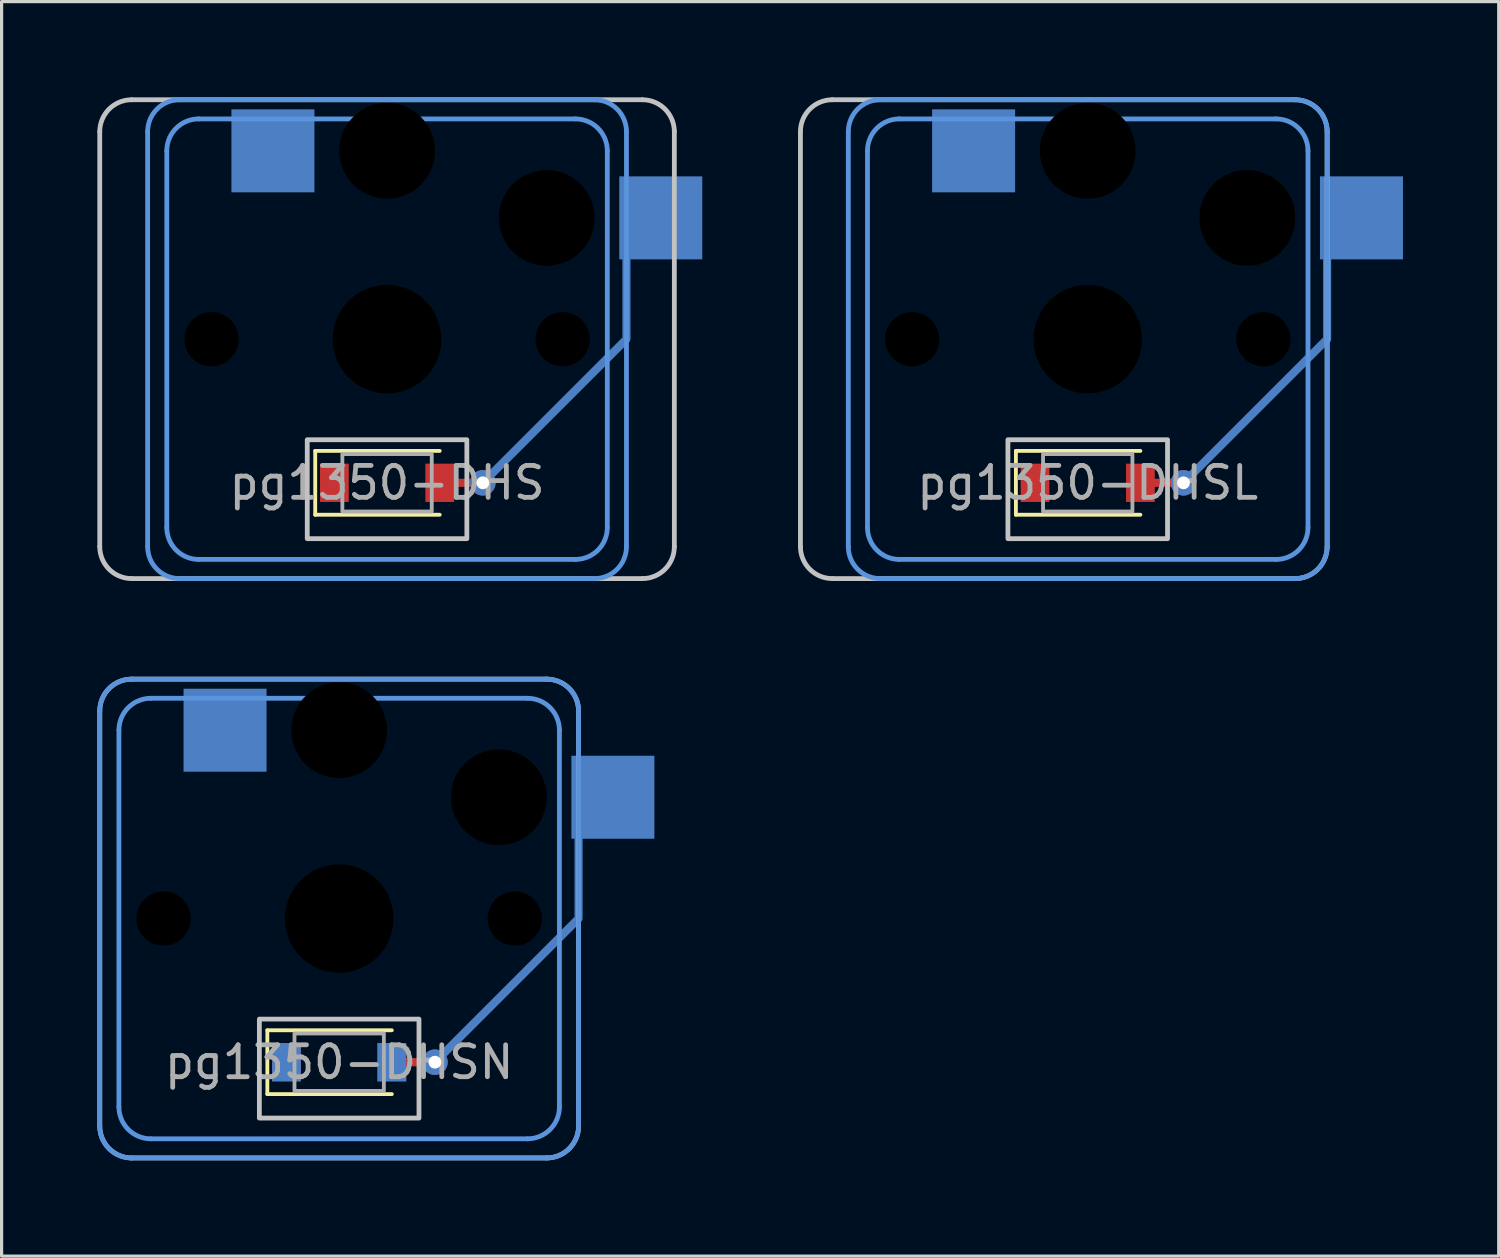
<source format=kicad_pcb>
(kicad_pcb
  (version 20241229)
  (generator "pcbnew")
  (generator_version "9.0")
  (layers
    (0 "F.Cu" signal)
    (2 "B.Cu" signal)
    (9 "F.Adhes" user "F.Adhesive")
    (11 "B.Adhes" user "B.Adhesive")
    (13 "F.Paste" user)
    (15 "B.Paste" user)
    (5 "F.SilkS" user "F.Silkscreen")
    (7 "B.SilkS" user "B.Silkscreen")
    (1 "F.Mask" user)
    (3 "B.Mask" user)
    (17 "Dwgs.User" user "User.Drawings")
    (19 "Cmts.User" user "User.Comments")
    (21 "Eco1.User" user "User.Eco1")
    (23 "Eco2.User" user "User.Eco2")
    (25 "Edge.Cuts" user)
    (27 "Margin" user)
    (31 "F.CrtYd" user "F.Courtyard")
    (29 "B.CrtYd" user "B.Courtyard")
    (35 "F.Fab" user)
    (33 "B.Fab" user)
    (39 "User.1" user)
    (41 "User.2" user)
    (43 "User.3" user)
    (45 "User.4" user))
  (footprint "pg1350-DHSL"
    (layer "F.Cu")
    (at 31.025 12.075)
    (property "Reference" "pg1350-DHSL" (at 0 0 0) (layer "F.Fab") (effects (font (size 1 1) (thickness 0.15))))
    (attr smd)
    (fp_line (start -2.25 -1) (end -2.25 1) (stroke (width 0.12) (type solid)) (layer "F.SilkS"))
    (fp_line (start -2.25 1) (end 1.65 1) (stroke (width 0.12) (type solid)) (layer "F.SilkS"))
    (fp_line (start 1.65 -1) (end -2.25 -1) (stroke (width 0.12) (type solid)) (layer "F.SilkS"))
    (fp_line (start -9 2) (end -9 -11) (stroke (width 0.15) (type solid)) (layer "Dwgs.User"))
    (fp_line (start -8 -12) (end 6.5 -12) (stroke (width 0.15) (type solid)) (layer "Dwgs.User"))
    (fp_line (start 6.5 3) (end -8 3) (stroke (width 0.15) (type solid)) (layer "Dwgs.User"))
    (fp_line (start 7.5 -11) (end 7.5 2) (stroke (width 0.15) (type solid)) (layer "Dwgs.User"))
    (fp_rect (start 2.5 1.75) (end -2.5 -1.35) (stroke (width 0.15) (type solid)) (fill no) (layer "Dwgs.User"))
    (fp_arc (start -9 -11) (mid -8.707107 -11.707107) (end -8 -12) (stroke (width 0.15) (type solid)) (layer "Dwgs.User"))
    (fp_arc (start -8 3) (mid -8.707107 2.707107) (end -9 2) (stroke (width 0.15) (type solid)) (layer "Dwgs.User"))
    (fp_arc (start 6.5 -12) (mid 7.207107 -11.707107) (end 7.5 -11) (stroke (width 0.15) (type solid)) (layer "Dwgs.User"))
    (fp_arc (start 7.5 2) (mid 7.207107 2.707107) (end 6.5 3) (stroke (width 0.15) (type solid)) (layer "Dwgs.User"))
    (fp_line (start -7.5 2) (end -7.5 -11) (stroke (width 0.15) (type solid)) (layer "Cmts.User"))
    (fp_line (start -6.9 1.4) (end -6.9 -10.4) (stroke (width 0.15) (type solid)) (layer "Cmts.User"))
    (fp_line (start -6.5 -12) (end 6.5 -12) (stroke (width 0.15) (type solid)) (layer "Cmts.User"))
    (fp_line (start -5.9 -11.4) (end 5.9 -11.4) (stroke (width 0.15) (type solid)) (layer "Cmts.User"))
    (fp_line (start 5.9 2.4) (end -5.9 2.4) (stroke (width 0.15) (type solid)) (layer "Cmts.User"))
    (fp_line (start 6.5 3) (end -6.5 3) (stroke (width 0.15) (type solid)) (layer "Cmts.User"))
    (fp_line (start 6.9 -10.4) (end 6.9 1.4) (stroke (width 0.15) (type solid)) (layer "Cmts.User"))
    (fp_line (start 7.5 -11) (end 7.5 2) (stroke (width 0.15) (type solid)) (layer "Cmts.User"))
    (fp_arc (start -7.5 -11) (mid -7.207107 -11.707107) (end -6.5 -12) (stroke (width 0.15) (type solid)) (layer "Cmts.User"))
    (fp_arc (start -6.9 -10.4) (mid -6.607107 -11.107107) (end -5.9 -11.4) (stroke (width 0.15) (type solid)) (layer "Cmts.User"))
    (fp_arc (start -6.5 3) (mid -7.207107 2.707107) (end -7.5 2) (stroke (width 0.15) (type solid)) (layer "Cmts.User"))
    (fp_arc (start -5.9 2.4) (mid -6.607107 2.107107) (end -6.9 1.4) (stroke (width 0.15) (type solid)) (layer "Cmts.User"))
    (fp_arc (start 5.9 -11.4) (mid 6.607107 -11.107107) (end 6.9 -10.4) (stroke (width 0.15) (type solid)) (layer "Cmts.User"))
    (fp_arc (start 6.5 -12) (mid 7.207107 -11.707107) (end 7.5 -11) (stroke (width 0.15) (type solid)) (layer "Cmts.User"))
    (fp_arc (start 6.9 1.4) (mid 6.607107 2.107107) (end 5.9 2.4) (stroke (width 0.15) (type solid)) (layer "Cmts.User"))
    (fp_arc (start 7.5 2) (mid 7.207107 2.707107) (end 6.5 3) (stroke (width 0.15) (type solid)) (layer "Cmts.User"))
    (fp_rect (start 1.4 0.9) (end -1.4 -0.9) (stroke (width 0.12) (type solid)) (fill no) (layer "F.Fab"))
    (pad "" np_thru_hole circle (at -5.5 -4.5) (size 1.7 1.7) (drill 1.7) (layers "*.Mask"))
    (pad "" np_thru_hole circle (at 0 -10.4) (size 3 3) (drill 3) (layers "*.Mask"))
    (pad "" np_thru_hole circle (at 0 -4.5) (size 3.4 3.4) (drill 3.4) (layers "*.Mask"))
    (pad "" np_thru_hole circle (at 5 -8.3) (size 3 3) (drill 3) (layers "*.Mask"))
    (pad "" np_thru_hole circle (at 5.5 -4.5) (size 1.7 1.7) (drill 1.7) (layers "*.Mask"))
    (pad "1" smd rect (at -3.575 -10.4) (size 2.6 2.6) (layers "B.Cu" "B.Mask"))
    (pad "2" smd rect (at -1.65 0) (size 0.9 1.2) (layers "F.Cu" "F.Mask" "F.Paste"))
    (pad "3" smd rect (at 1.65 0) (size 0.9 1.2) (layers "F.Cu" "F.Mask" "F.Paste"))
    (pad "3" smd oval (at 2.325 0) (size 1.604 0.254) (layers "F.Cu"))
    (pad "3" smd custom (at 3 0) (size 0.254 0.254) (layers "B.Cu") (options (anchor circle)) (primitives (gr_line (start 0 0) (end 4.5 -4.5) (width 0.254)) (gr_line (start 4.5 -4.5) (end 4.5 -8.3) (width 0.254))))
    (pad "3" thru_hole circle (at 3 0) (size 0.8 0.8) (drill 0.4) (layers "*.Cu"))
    (pad "3" smd rect (at 8.575 -8.3) (size 2.6 2.6) (layers "B.Cu" "B.Mask")))
  (footprint "pg1350-DHS"
    (layer "F.Cu")
    (at 9.075 12.075)
    (property "Reference" "pg1350-DHS" (at 0 0 0) (layer "F.Fab") (effects (font (size 1 1) (thickness 0.15))))
    (attr smd)
    (fp_line (start -2.25 -1) (end -2.25 1) (stroke (width 0.12) (type solid)) (layer "F.SilkS"))
    (fp_line (start -2.25 1) (end 1.65 1) (stroke (width 0.12) (type solid)) (layer "F.SilkS"))
    (fp_line (start 1.65 -1) (end -2.25 -1) (stroke (width 0.12) (type solid)) (layer "F.SilkS"))
    (fp_line (start -9 2) (end -9 -11) (stroke (width 0.15) (type solid)) (layer "Dwgs.User"))
    (fp_line (start -8 -12) (end 8 -12) (stroke (width 0.15) (type solid)) (layer "Dwgs.User"))
    (fp_line (start 8 3) (end -8 3) (stroke (width 0.15) (type solid)) (layer "Dwgs.User"))
    (fp_line (start 9 -11) (end 9 2) (stroke (width 0.15) (type solid)) (layer "Dwgs.User"))
    (fp_rect (start 2.5 1.75) (end -2.5 -1.35) (stroke (width 0.15) (type solid)) (fill no) (layer "Dwgs.User"))
    (fp_arc (start -9 -11) (mid -8.707107 -11.707107) (end -8 -12) (stroke (width 0.15) (type solid)) (layer "Dwgs.User"))
    (fp_arc (start -8 3) (mid -8.707107 2.707107) (end -9 2) (stroke (width 0.15) (type solid)) (layer "Dwgs.User"))
    (fp_arc (start 8 -12) (mid 8.707107 -11.707107) (end 9 -11) (stroke (width 0.15) (type solid)) (layer "Dwgs.User"))
    (fp_arc (start 9 2) (mid 8.707107 2.707107) (end 8 3) (stroke (width 0.15) (type solid)) (layer "Dwgs.User"))
    (fp_line (start -7.5 2) (end -7.5 -11) (stroke (width 0.15) (type solid)) (layer "Cmts.User"))
    (fp_line (start -6.9 1.4) (end -6.9 -10.4) (stroke (width 0.15) (type solid)) (layer "Cmts.User"))
    (fp_line (start -6.5 -12) (end 6.5 -12) (stroke (width 0.15) (type solid)) (layer "Cmts.User"))
    (fp_line (start -5.9 -11.4) (end 5.9 -11.4) (stroke (width 0.15) (type solid)) (layer "Cmts.User"))
    (fp_line (start 5.9 2.4) (end -5.9 2.4) (stroke (width 0.15) (type solid)) (layer "Cmts.User"))
    (fp_line (start 6.5 3) (end -6.5 3) (stroke (width 0.15) (type solid)) (layer "Cmts.User"))
    (fp_line (start 6.9 -10.4) (end 6.9 1.4) (stroke (width 0.15) (type solid)) (layer "Cmts.User"))
    (fp_line (start 7.5 -11) (end 7.5 2) (stroke (width 0.15) (type solid)) (layer "Cmts.User"))
    (fp_arc (start -7.5 -11) (mid -7.207107 -11.707107) (end -6.5 -12) (stroke (width 0.15) (type solid)) (layer "Cmts.User"))
    (fp_arc (start -6.9 -10.4) (mid -6.607107 -11.107107) (end -5.9 -11.4) (stroke (width 0.15) (type solid)) (layer "Cmts.User"))
    (fp_arc (start -6.5 3) (mid -7.207107 2.707107) (end -7.5 2) (stroke (width 0.15) (type solid)) (layer "Cmts.User"))
    (fp_arc (start -5.9 2.4) (mid -6.607107 2.107107) (end -6.9 1.4) (stroke (width 0.15) (type solid)) (layer "Cmts.User"))
    (fp_arc (start 5.9 -11.4) (mid 6.607107 -11.107107) (end 6.9 -10.4) (stroke (width 0.15) (type solid)) (layer "Cmts.User"))
    (fp_arc (start 6.5 -12) (mid 7.207107 -11.707107) (end 7.5 -11) (stroke (width 0.15) (type solid)) (layer "Cmts.User"))
    (fp_arc (start 6.9 1.4) (mid 6.607107 2.107107) (end 5.9 2.4) (stroke (width 0.15) (type solid)) (layer "Cmts.User"))
    (fp_arc (start 7.5 2) (mid 7.207107 2.707107) (end 6.5 3) (stroke (width 0.15) (type solid)) (layer "Cmts.User"))
    (fp_rect (start 1.4 0.9) (end -1.4 -0.9) (stroke (width 0.12) (type solid)) (fill no) (layer "F.Fab"))
    (pad "" np_thru_hole circle (at -5.5 -4.5) (size 1.7 1.7) (drill 1.7) (layers "*.Mask"))
    (pad "" np_thru_hole circle (at 0 -10.4) (size 3 3) (drill 3) (layers "*.Mask"))
    (pad "" np_thru_hole circle (at 0 -4.5) (size 3.4 3.4) (drill 3.4) (layers "*.Mask"))
    (pad "" np_thru_hole circle (at 5 -8.3) (size 3 3) (drill 3) (layers "*.Mask"))
    (pad "" np_thru_hole circle (at 5.5 -4.5) (size 1.7 1.7) (drill 1.7) (layers "*.Mask"))
    (pad "1" smd rect (at -3.575 -10.4) (size 2.6 2.6) (layers "B.Cu" "B.Mask"))
    (pad "2" smd rect (at -1.65 0) (size 0.9 1.2) (layers "F.Cu" "F.Mask" "F.Paste"))
    (pad "3" smd rect (at 1.65 0) (size 0.9 1.2) (layers "F.Cu" "F.Mask" "F.Paste"))
    (pad "3" smd oval (at 2.325 0) (size 1.604 0.254) (layers "F.Cu"))
    (pad "3" smd custom (at 3 0) (size 0.254 0.254) (layers "B.Cu") (options (anchor circle)) (primitives (gr_line (start 0 0) (end 4.5 -4.5) (width 0.254)) (gr_line (start 4.5 -4.5) (end 4.5 -8.3) (width 0.254))))
    (pad "3" thru_hole circle (at 3 0) (size 0.8 0.8) (drill 0.4) (layers "*.Cu"))
    (pad "3" smd rect (at 8.575 -8.3) (size 2.6 2.6) (layers "B.Cu" "B.Mask")))
  (footprint "pg1350-DHSN"
    (layer "F.Cu")
    (at 7.575 30.225)
    (property "Reference" "pg1350-DHSN" (at 0 0 0) (layer "F.Fab") (effects (font (size 1 1) (thickness 0.15))))
    (attr smd)
    (fp_line (start -2.25 -1) (end -2.25 1) (stroke (width 0.12) (type solid)) (layer "F.SilkS"))
    (fp_line (start -2.25 1) (end 1.65 1) (stroke (width 0.12) (type solid)) (layer "F.SilkS"))
    (fp_line (start 1.65 -1) (end -2.25 -1) (stroke (width 0.12) (type solid)) (layer "F.SilkS"))
    (fp_line (start -7.5 2) (end -7.5 -11) (stroke (width 0.15) (type solid)) (layer "Dwgs.User"))
    (fp_line (start -6.5 -12) (end 6.5 -12) (stroke (width 0.15) (type solid)) (layer "Dwgs.User"))
    (fp_line (start 6.5 3) (end -6.5 3) (stroke (width 0.15) (type solid)) (layer "Dwgs.User"))
    (fp_line (start 7.5 -11) (end 7.5 2) (stroke (width 0.15) (type solid)) (layer "Dwgs.User"))
    (fp_rect (start 2.5 1.75) (end -2.5 -1.35) (stroke (width 0.15) (type solid)) (fill no) (layer "Dwgs.User"))
    (fp_arc (start -7.5 -11) (mid -7.207107 -11.707107) (end -6.5 -12) (stroke (width 0.15) (type solid)) (layer "Dwgs.User"))
    (fp_arc (start -6.5 3) (mid -7.207107 2.707107) (end -7.5 2) (stroke (width 0.15) (type solid)) (layer "Dwgs.User"))
    (fp_arc (start 6.5 -12) (mid 7.207107 -11.707107) (end 7.5 -11) (stroke (width 0.15) (type solid)) (layer "Dwgs.User"))
    (fp_arc (start 7.5 2) (mid 7.207107 2.707107) (end 6.5 3) (stroke (width 0.15) (type solid)) (layer "Dwgs.User"))
    (fp_line (start -7.5 2) (end -7.5 -11) (stroke (width 0.15) (type solid)) (layer "Cmts.User"))
    (fp_line (start -6.9 1.4) (end -6.9 -10.4) (stroke (width 0.15) (type solid)) (layer "Cmts.User"))
    (fp_line (start -6.5 -12) (end 6.5 -12) (stroke (width 0.15) (type solid)) (layer "Cmts.User"))
    (fp_line (start -5.9 -11.4) (end 5.9 -11.4) (stroke (width 0.15) (type solid)) (layer "Cmts.User"))
    (fp_line (start 5.9 2.4) (end -5.9 2.4) (stroke (width 0.15) (type solid)) (layer "Cmts.User"))
    (fp_line (start 6.5 3) (end -6.5 3) (stroke (width 0.15) (type solid)) (layer "Cmts.User"))
    (fp_line (start 6.9 -10.4) (end 6.9 1.4) (stroke (width 0.15) (type solid)) (layer "Cmts.User"))
    (fp_line (start 7.5 -11) (end 7.5 2) (stroke (width 0.15) (type solid)) (layer "Cmts.User"))
    (fp_arc (start -7.5 -11) (mid -7.207107 -11.707107) (end -6.5 -12) (stroke (width 0.15) (type solid)) (layer "Cmts.User"))
    (fp_arc (start -6.9 -10.4) (mid -6.607107 -11.107107) (end -5.9 -11.4) (stroke (width 0.15) (type solid)) (layer "Cmts.User"))
    (fp_arc (start -6.5 3) (mid -7.207107 2.707107) (end -7.5 2) (stroke (width 0.15) (type solid)) (layer "Cmts.User"))
    (fp_arc (start -5.9 2.4) (mid -6.607107 2.107107) (end -6.9 1.4) (stroke (width 0.15) (type solid)) (layer "Cmts.User"))
    (fp_arc (start 5.9 -11.4) (mid 6.607107 -11.107107) (end 6.9 -10.4) (stroke (width 0.15) (type solid)) (layer "Cmts.User"))
    (fp_arc (start 6.5 -12) (mid 7.207107 -11.707107) (end 7.5 -11) (stroke (width 0.15) (type solid)) (layer "Cmts.User"))
    (fp_arc (start 6.9 1.4) (mid 6.607107 2.107107) (end 5.9 2.4) (stroke (width 0.15) (type solid)) (layer "Cmts.User"))
    (fp_arc (start 7.5 2) (mid 7.207107 2.707107) (end 6.5 3) (stroke (width 0.15) (type solid)) (layer "Cmts.User"))
    (fp_rect (start 1.4 0.9) (end -1.4 -0.9) (stroke (width 0.12) (type solid)) (fill no) (layer "F.Fab"))
    (pad "" np_thru_hole circle (at -5.5 -4.5) (size 1.7 1.7) (drill 1.7) (layers "*.Mask"))
    (pad "" np_thru_hole circle (at 0 -10.4) (size 3 3) (drill 3) (layers "*.Mask"))
    (pad "" np_thru_hole circle (at 0 -4.5) (size 3.4 3.4) (drill 3.4) (layers "*.Mask"))
    (pad "" np_thru_hole circle (at 5 -8.3) (size 3 3) (drill 3) (layers "*.Mask"))
    (pad "" np_thru_hole circle (at 5.5 -4.5) (size 1.7 1.7) (drill 1.7) (layers "*.Mask"))
    (pad "1" smd rect (at -3.575 -10.4) (size 2.6 2.6) (layers "B.Cu" "B.Mask"))
    (pad "2" smd rect (at -1.65 0) (size 0.9 1.2) (layers "*.Cu" "*.Paste" "*.Mask"))
    (pad "3" smd rect (at 1.65 0) (size 0.9 1.2) (layers "*.Cu" "*.Paste" "*.Mask"))
    (pad "3" smd oval (at 2.325 0) (size 1.604 0.254) (layers "F.Cu"))
    (pad "3" smd custom (at 3 0) (size 0.254 0.254) (layers "B.Cu") (options (anchor circle)) (primitives (gr_line (start 0 0) (end 4.5 -4.5) (width 0.254)) (gr_line (start 4.5 -4.5) (end 4.5 -8.3) (width 0.254))))
    (pad "3" thru_hole circle (at 3 0) (size 0.8 0.8) (drill 0.4) (layers "*.Cu"))
    (pad "3" smd rect (at 8.575 -8.3) (size 2.6 2.6) (layers "B.Cu" "B.Mask")))
  (gr_rect
    (start -3 -3)
    (end 43.9 36.3)
    (stroke (width 0.1) (type default))
    (fill no)
    (layer "Edge.Cuts")))
</source>
